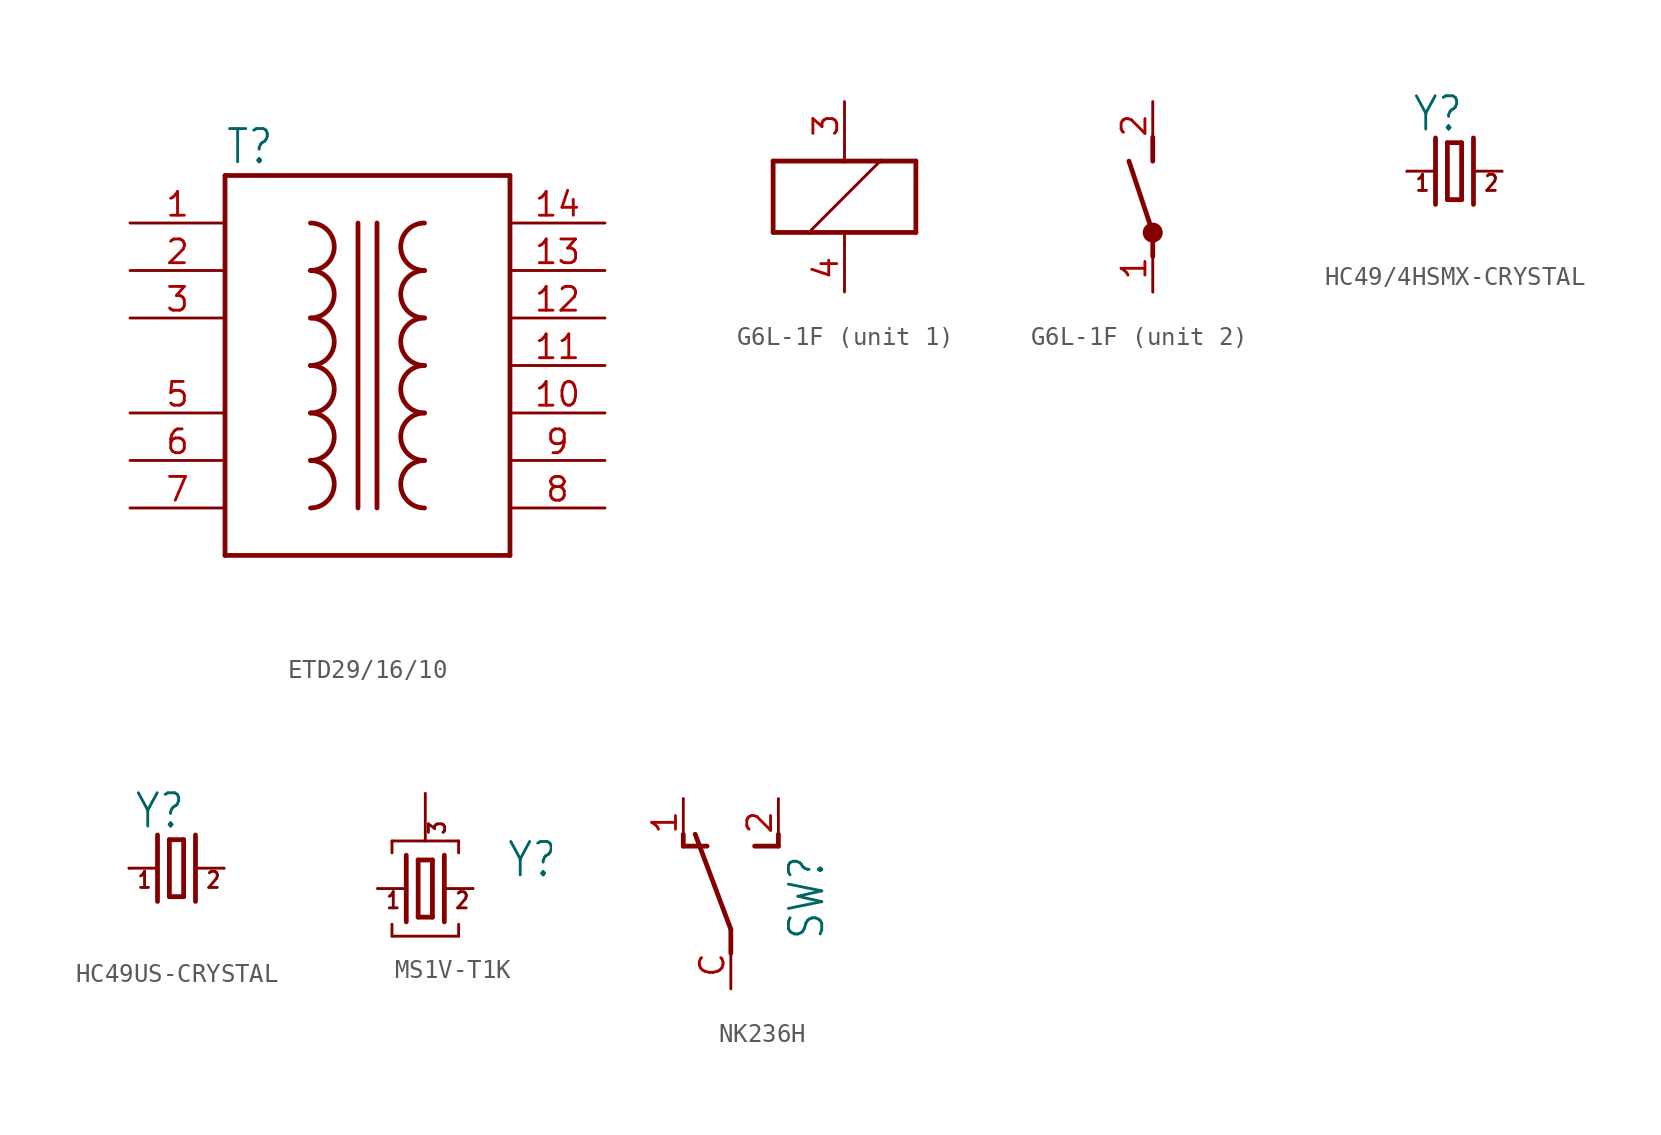
<source format=kicad_sym>
(kicad_symbol_lib
  (version 20231120)
  (generator "kicad_symbol_editor")
  (generator_version "8.0")
  (symbol "ETD29/16/10"
    (property "Reference" "T"
      (at -7.62 10.668 0)
      (effects (font (size 1.778 1.511)) (justify left bottom)))
    (property "Value" ""
      (at -7.62 -12.7 0)
      (effects (font (size 1.778 1.511)) (justify left bottom)))
    (property "ki_locked" ""
      (at 0 0 0)
      (effects (font (size 1.27 1.27))))
    (symbol "ETD29/16/10_1_0"
      (arc (start -3.048 -7.62) (mid -1.778 -6.35) (end -3.048 -5.08) (stroke (width 0.254) (type solid)) (fill (type none)))
      (arc (start -3.048 -5.08) (mid -1.778 -3.81) (end -3.048 -2.54) (stroke (width 0.254) (type solid)) (fill (type none)))
      (arc (start -3.048 -2.54) (mid -1.778 -1.27) (end -3.048 0) (stroke (width 0.254) (type solid)) (fill (type none)))
      (arc (start -3.048 0) (mid -1.778 1.27) (end -3.048 2.54) (stroke (width 0.254) (type solid)) (fill (type none)))
      (arc (start -3.048 2.54) (mid -1.778 3.81) (end -3.048 5.08) (stroke (width 0.254) (type solid)) (fill (type none)))
      (arc (start -3.048 5.08) (mid -1.778 6.35) (end -3.048 7.62) (stroke (width 0.254) (type solid)) (fill (type none)))
      (polyline (pts (xy -7.62 -10.16) (xy 7.62 -10.16)) (stroke (width 0.254) (type solid)) (fill (type none)))
      (polyline (pts (xy -7.62 10.16) (xy -7.62 -10.16)) (stroke (width 0.254) (type solid)) (fill (type none)))
      (polyline (pts (xy -0.508 7.62) (xy -0.508 -7.62)) (stroke (width 0.254) (type solid)) (fill (type none)))
      (polyline (pts (xy 0.508 -7.62) (xy 0.508 7.62)) (stroke (width 0.254) (type solid)) (fill (type none)))
      (polyline (pts (xy 7.62 -10.16) (xy 7.62 10.16)) (stroke (width 0.254) (type solid)) (fill (type none)))
      (polyline (pts (xy 7.62 10.16) (xy -7.62 10.16)) (stroke (width 0.254) (type solid)) (fill (type none)))
      (arc (start 3.048 -5.08) (mid 1.778 -6.35) (end 3.048 -7.62) (stroke (width 0.254) (type solid)) (fill (type none)))
      (arc (start 3.048 -2.54) (mid 1.778 -3.81) (end 3.048 -5.08) (stroke (width 0.254) (type solid)) (fill (type none)))
      (arc (start 3.048 0) (mid 1.778 -1.27) (end 3.048 -2.54) (stroke (width 0.254) (type solid)) (fill (type none)))
      (arc (start 3.048 2.54) (mid 1.778 1.27) (end 3.048 0) (stroke (width 0.254) (type solid)) (fill (type none)))
      (arc (start 3.048 5.08) (mid 1.778 3.81) (end 3.048 2.54) (stroke (width 0.254) (type solid)) (fill (type none)))
      (arc (start 3.048 7.62) (mid 1.778 6.35) (end 3.048 5.08) (stroke (width 0.254) (type solid)) (fill (type none)))
      (pin bidirectional line (at -12.7 7.62 0) (length 5.08) (name "1" (effects (font (size 0 0)))) (number "1" (effects (font (size 1.27 1.27)))))
      (pin bidirectional line (at 12.7 -2.54 180) (length 5.08) (name "10" (effects (font (size 0 0)))) (number "10" (effects (font (size 1.27 1.27)))))
      (pin bidirectional line (at 12.7 0 180) (length 5.08) (name "11" (effects (font (size 0 0)))) (number "11" (effects (font (size 1.27 1.27)))))
      (pin bidirectional line (at 12.7 2.54 180) (length 5.08) (name "12" (effects (font (size 0 0)))) (number "12" (effects (font (size 1.27 1.27)))))
      (pin bidirectional line (at 12.7 5.08 180) (length 5.08) (name "13" (effects (font (size 0 0)))) (number "13" (effects (font (size 1.27 1.27)))))
      (pin bidirectional line (at 12.7 7.62 180) (length 5.08) (name "14" (effects (font (size 0 0)))) (number "14" (effects (font (size 1.27 1.27)))))
      (pin bidirectional line (at -12.7 5.08 0) (length 5.08) (name "2" (effects (font (size 0 0)))) (number "2" (effects (font (size 1.27 1.27)))))
      (pin bidirectional line (at -12.7 2.54 0) (length 5.08) (name "3" (effects (font (size 0 0)))) (number "3" (effects (font (size 1.27 1.27)))))
      (pin bidirectional line (at -12.7 -2.54 0) (length 5.08) (name "5" (effects (font (size 0 0)))) (number "5" (effects (font (size 1.27 1.27)))))
      (pin bidirectional line (at -12.7 -5.08 0) (length 5.08) (name "6" (effects (font (size 0 0)))) (number "6" (effects (font (size 1.27 1.27)))))
      (pin bidirectional line (at -12.7 -7.62 0) (length 5.08) (name "7" (effects (font (size 0 0)))) (number "7" (effects (font (size 1.27 1.27)))))
      (pin bidirectional line (at 12.7 -7.62 180) (length 5.08) (name "8" (effects (font (size 0 0)))) (number "8" (effects (font (size 1.27 1.27)))))
      (pin bidirectional line (at 12.7 -5.08 180) (length 5.08) (name "9" (effects (font (size 0 0)))) (number "9" (effects (font (size 1.27 1.27)))))))
  (symbol "G6L-1F"
    (property "Reference" "K"
      (at -2.54 -2.54 90)
      (effects (font (size 1.778 1.511)) (justify left bottom) (hide yes)))
    (property "ki_locked" ""
      (at 0 0 0)
      (effects (font (size 1.27 1.27))))
    (symbol "G6L-1F_1_0"
      (polyline (pts (xy -3.81 -1.905) (xy -1.905 -1.905)) (stroke (width 0.254) (type solid)) (fill (type none)))
      (polyline (pts (xy -3.81 1.905) (xy -3.81 -1.905)) (stroke (width 0.254) (type solid)) (fill (type none)))
      (polyline (pts (xy -1.905 -1.905) (xy 0 -1.905)) (stroke (width 0.254) (type solid)) (fill (type none)))
      (polyline (pts (xy -1.905 -1.905) (xy 1.905 1.905)) (stroke (width 0.152) (type solid)) (fill (type none)))
      (polyline (pts (xy 0 -2.54) (xy 0 -1.905)) (stroke (width 0.152) (type solid)) (fill (type none)))
      (polyline (pts (xy 0 -1.905) (xy 3.81 -1.905)) (stroke (width 0.254) (type solid)) (fill (type none)))
      (polyline (pts (xy 0 1.905) (xy -3.81 1.905)) (stroke (width 0.254) (type solid)) (fill (type none)))
      (polyline (pts (xy 0 2.54) (xy 0 1.905)) (stroke (width 0.152) (type solid)) (fill (type none)))
      (polyline (pts (xy 1.905 1.905) (xy 0 1.905)) (stroke (width 0.254) (type solid)) (fill (type none)))
      (polyline (pts (xy 3.81 -1.905) (xy 3.81 1.905)) (stroke (width 0.254) (type solid)) (fill (type none)))
      (polyline (pts (xy 3.81 1.905) (xy 1.905 1.905)) (stroke (width 0.254) (type solid)) (fill (type none)))
      (pin passive line (at 0 5.08 270) (length 2.54) (name "1" (effects (font (size 0 0)))) (number "3" (effects (font (size 1.27 1.27)))))
      (pin passive line (at 0 -5.08 90) (length 2.54) (name "2" (effects (font (size 0 0)))) (number "4" (effects (font (size 1.27 1.27))))))
    (symbol "G6L-1F_2_0"
      (circle (center 0 -1.905) (radius 0.127) (stroke (width 0.406) (type solid)) (fill (type none)))
      (polyline (pts (xy 0 -3.175) (xy 0 -1.905)) (stroke (width 0.254) (type solid)) (fill (type none)))
      (polyline (pts (xy 0 -1.905) (xy -1.27 1.905)) (stroke (width 0.254) (type solid)) (fill (type none)))
      (polyline (pts (xy 0 3.175) (xy 0 1.905)) (stroke (width 0.254) (type solid)) (fill (type none)))
      (pin passive line (at 0 -5.08 90) (length 2.54) (name "P" (effects (font (size 0 0)))) (number "1" (effects (font (size 1.27 1.27)))))
      (pin passive line (at 0 5.08 270) (length 2.54) (name "S" (effects (font (size 0 0)))) (number "2" (effects (font (size 1.27 1.27)))))))
  (symbol "HC49/4HSMX-CRYSTAL"
    (property "Reference" "Y"
      (at -2.286 2.032 0)
      (effects (font (size 1.778 1.511)) (justify left bottom)))
    (property "Value" ""
      (at -2.286 -3.81 0)
      (effects (font (size 1.778 1.511)) (justify left bottom)))
    (property "ki_locked" ""
      (at 0 0 0)
      (effects (font (size 1.27 1.27))))
    (symbol "HC49/4HSMX-CRYSTAL_1_0"
      (polyline (pts (xy -2.54 0) (xy -1.016 0)) (stroke (width 0.152) (type solid)) (fill (type none)))
      (polyline (pts (xy -1.016 1.778) (xy -1.016 -1.778)) (stroke (width 0.254) (type solid)) (fill (type none)))
      (polyline (pts (xy -0.381 -1.524) (xy 0.381 -1.524)) (stroke (width 0.254) (type solid)) (fill (type none)))
      (polyline (pts (xy -0.381 1.524) (xy -0.381 -1.524)) (stroke (width 0.254) (type solid)) (fill (type none)))
      (polyline (pts (xy 0.381 -1.524) (xy 0.381 1.524)) (stroke (width 0.254) (type solid)) (fill (type none)))
      (polyline (pts (xy 0.381 1.524) (xy -0.381 1.524)) (stroke (width 0.254) (type solid)) (fill (type none)))
      (polyline (pts (xy 1.016 0) (xy 2.54 0)) (stroke (width 0.152) (type solid)) (fill (type none)))
      (polyline (pts (xy 1.016 1.778) (xy 1.016 -1.778)) (stroke (width 0.254) (type solid)) (fill (type none)))
      (text "1" (at -2.159 -1.143 0) (effects (font (size 0.864 0.734)) (justify left bottom)))
      (text "2" (at 1.524 -1.143 0) (effects (font (size 0.864 0.734)) (justify left bottom)))
      (pin passive line (at -2.54 0 0) (length 0) (name "1" (effects (font (size 0 0)))) (number "1" (effects (font (size 0 0)))))
      (pin passive line (at 2.54 0 180) (length 0) (name "2" (effects (font (size 0 0)))) (number "2" (effects (font (size 0 0)))))))
  (symbol "HC49US-CRYSTAL"
    (property "Reference" "Y"
      (at -2.286 2.032 0)
      (effects (font (size 1.778 1.511)) (justify left bottom)))
    (property "Value" ""
      (at -2.286 -3.81 0)
      (effects (font (size 1.778 1.511)) (justify left bottom)))
    (property "ki_locked" ""
      (at 0 0 0)
      (effects (font (size 1.27 1.27))))
    (symbol "HC49US-CRYSTAL_1_0"
      (polyline (pts (xy -2.54 0) (xy -1.016 0)) (stroke (width 0.152) (type solid)) (fill (type none)))
      (polyline (pts (xy -1.016 1.778) (xy -1.016 -1.778)) (stroke (width 0.254) (type solid)) (fill (type none)))
      (polyline (pts (xy -0.381 -1.524) (xy 0.381 -1.524)) (stroke (width 0.254) (type solid)) (fill (type none)))
      (polyline (pts (xy -0.381 1.524) (xy -0.381 -1.524)) (stroke (width 0.254) (type solid)) (fill (type none)))
      (polyline (pts (xy 0.381 -1.524) (xy 0.381 1.524)) (stroke (width 0.254) (type solid)) (fill (type none)))
      (polyline (pts (xy 0.381 1.524) (xy -0.381 1.524)) (stroke (width 0.254) (type solid)) (fill (type none)))
      (polyline (pts (xy 1.016 0) (xy 2.54 0)) (stroke (width 0.152) (type solid)) (fill (type none)))
      (polyline (pts (xy 1.016 1.778) (xy 1.016 -1.778)) (stroke (width 0.254) (type solid)) (fill (type none)))
      (text "1" (at -2.159 -1.143 0) (effects (font (size 0.864 0.734)) (justify left bottom)))
      (text "2" (at 1.524 -1.143 0) (effects (font (size 0.864 0.734)) (justify left bottom)))
      (pin passive line (at -2.54 0 0) (length 0) (name "1" (effects (font (size 0 0)))) (number "1" (effects (font (size 0 0)))))
      (pin passive line (at 2.54 0 180) (length 0) (name "2" (effects (font (size 0 0)))) (number "2" (effects (font (size 0 0)))))))
  (symbol "MS1V-T1K"
    (property "Reference" "Y"
      (at 4.318 0.508 0)
      (effects (font (size 1.778 1.511)) (justify left bottom)))
    (property "Value" ""
      (at 4.318 -2.286 0)
      (effects (font (size 1.778 1.511)) (justify left bottom)))
    (property "ki_locked" ""
      (at 0 0 0)
      (effects (font (size 1.27 1.27))))
    (symbol "MS1V-T1K_1_0"
      (polyline (pts (xy -2.54 0) (xy -1.016 0)) (stroke (width 0.152) (type solid)) (fill (type none)))
      (polyline (pts (xy -1.778 -2.54) (xy -1.778 -1.905)) (stroke (width 0.152) (type solid)) (fill (type none)))
      (polyline (pts (xy -1.778 -2.54) (xy 1.778 -2.54)) (stroke (width 0.152) (type solid)) (fill (type none)))
      (polyline (pts (xy -1.778 1.905) (xy -1.778 2.54)) (stroke (width 0.152) (type solid)) (fill (type none)))
      (polyline (pts (xy -1.778 2.54) (xy 1.778 2.54)) (stroke (width 0.152) (type solid)) (fill (type none)))
      (polyline (pts (xy -1.016 1.778) (xy -1.016 -1.778)) (stroke (width 0.254) (type solid)) (fill (type none)))
      (polyline (pts (xy -0.381 -1.524) (xy 0.381 -1.524)) (stroke (width 0.254) (type solid)) (fill (type none)))
      (polyline (pts (xy -0.381 1.524) (xy -0.381 -1.524)) (stroke (width 0.254) (type solid)) (fill (type none)))
      (polyline (pts (xy 0.381 -1.524) (xy 0.381 1.524)) (stroke (width 0.254) (type solid)) (fill (type none)))
      (polyline (pts (xy 0.381 1.524) (xy -0.381 1.524)) (stroke (width 0.254) (type solid)) (fill (type none)))
      (polyline (pts (xy 1.016 0) (xy 2.54 0)) (stroke (width 0.152) (type solid)) (fill (type none)))
      (polyline (pts (xy 1.016 1.778) (xy 1.016 -1.778)) (stroke (width 0.254) (type solid)) (fill (type none)))
      (polyline (pts (xy 1.778 -1.905) (xy 1.778 -2.54)) (stroke (width 0.152) (type solid)) (fill (type none)))
      (polyline (pts (xy 1.778 2.54) (xy 1.778 1.905)) (stroke (width 0.152) (type solid)) (fill (type none)))
      (text "1" (at -2.159 -1.143 0) (effects (font (size 0.864 0.734)) (justify left bottom)))
      (text "2" (at 1.524 -1.143 0) (effects (font (size 0.864 0.734)) (justify left bottom)))
      (text "3" (at 1.143 2.794 900) (effects (font (size 0.864 0.734)) (justify left bottom)))
      (pin passive line (at -2.54 0 0) (length 0) (name "1" (effects (font (size 0 0)))) (number "1" (effects (font (size 0 0)))))
      (pin passive line (at 2.54 0 180) (length 0) (name "2" (effects (font (size 0 0)))) (number "2" (effects (font (size 0 0)))))
      (pin passive line (at 0 5.08 270) (length 2.54) (name "3" (effects (font (size 0 0)))) (number "GND" (effects (font (size 0 0)))))))
  (symbol "NK236H"
    (property "Reference" "SW"
      (at 5.08 -2.54 90)
      (effects (font (size 1.778 1.511)) (justify left bottom)))
    (property "Value" ""
      (at 7.62 -2.54 90)
      (effects (font (size 1.778 1.511)) (justify left bottom)))
    (property "ki_locked" ""
      (at 0 0 0)
      (effects (font (size 1.27 1.27))))
    (symbol "NK236H_1_0"
      (polyline (pts (xy -2.54 2.54) (xy -2.54 3.175)) (stroke (width 0.254) (type solid)) (fill (type none)))
      (polyline (pts (xy -2.54 2.54) (xy -1.27 2.54)) (stroke (width 0.254) (type solid)) (fill (type none)))
      (polyline (pts (xy 0 -3.175) (xy 0 -1.905)) (stroke (width 0.254) (type solid)) (fill (type none)))
      (polyline (pts (xy 0 -1.905) (xy -1.905 3.175)) (stroke (width 0.254) (type solid)) (fill (type none)))
      (polyline (pts (xy 1.27 2.54) (xy 2.54 2.54)) (stroke (width 0.254) (type solid)) (fill (type none)))
      (polyline (pts (xy 2.54 2.54) (xy 2.54 3.175)) (stroke (width 0.254) (type solid)) (fill (type none)))
      (pin passive line (at -2.54 5.08 270) (length 2.54) (name "O" (effects (font (size 0 0)))) (number "1" (effects (font (size 1.27 1.27)))))
      (pin passive line (at 2.54 5.08 270) (length 2.54) (name "S" (effects (font (size 0 0)))) (number "2" (effects (font (size 1.27 1.27)))))
      (pin passive line (at 0 -5.08 90) (length 2.54) (name "P" (effects (font (size 0 0)))) (number "C" (effects (font (size 1.27 1.27))))))))
</source>
